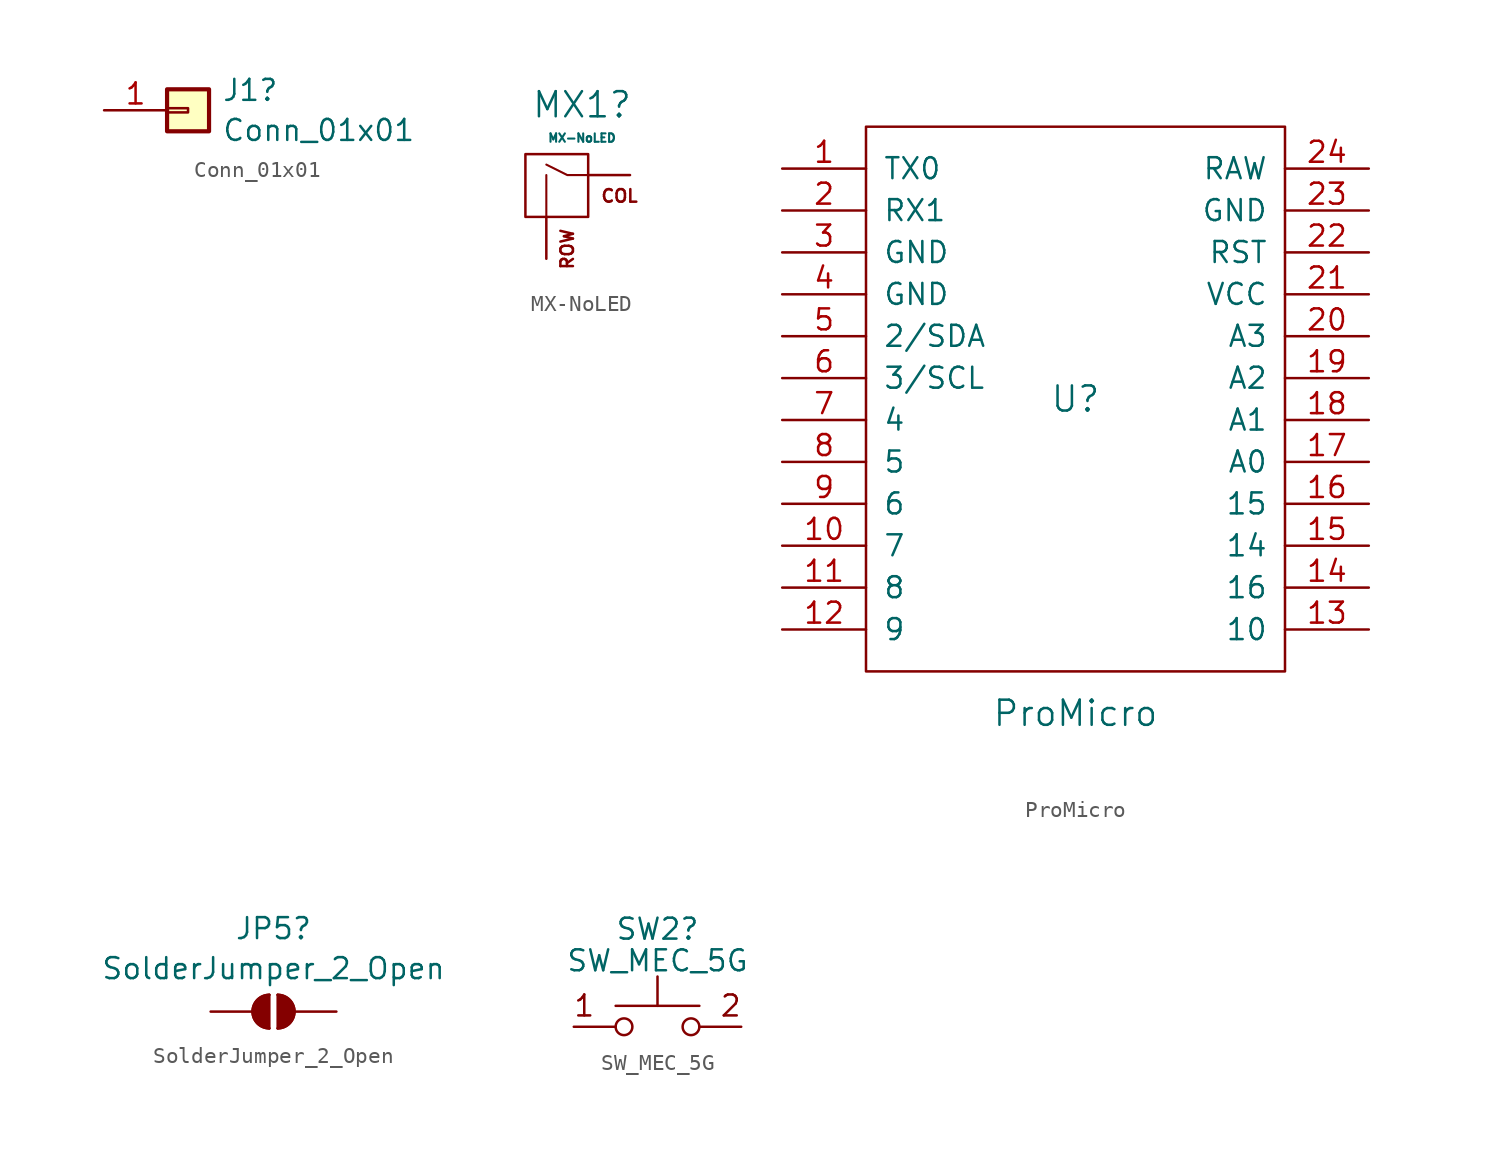
<source format=kicad_sym>
(kicad_symbol_lib
  (version 20241209)
  (generator "kicad_symbol_editor")
  (generator_version "9.0")
  (symbol "Conn_01x01"
    (pin_names
      (offset 1.016)
      (hide yes))
    (property "Reference" "J1"
      (at 2.032 1.212 0)
      (effects (font (size 1.27 1.27)) (justify left)))
    (property "Value" "Conn_01x01"
      (at 2.032 -1.212 0)
      (effects (font (size 1.27 1.27)) (justify left)))
    (symbol "Conn_01x01_1_1"
      (rectangle (start -1.27 1.27) (end 1.27 -1.27) (stroke (width 0.254) (type default)) (fill (type background)))
      (rectangle (start -1.27 0.127) (end 0 -0.127) (stroke (width 0.152) (type default)) (fill (type none)))
      (pin passive line (at -5.08 0 0) (length 3.81) (name "Pin_1" (effects (font (size 1.27 1.27)))) (number "1" (effects (font (size 1.27 1.27)))))))
  (symbol "MX-NoLED"
    (pin_names
      (offset 1.016))
    (property "Reference" "MX1"
      (at 0.895 5.536 0)
      (effects (font (size 1.524 1.524))))
    (property "Value" "MX-NoLED"
      (at 0.895 3.52 0)
      (effects (font (size 0.508 0.508))))
    (symbol "MX-NoLED_0_0"
      (rectangle (start -2.54 2.54) (end 1.27 -1.27) (stroke (width 0) (type solid)) (fill (type none)))
      (polyline (pts (xy -1.27 -1.27) (xy -1.27 1.27)) (stroke (width 0.127) (type solid)) (fill (type none)))
      (polyline (pts (xy 1.27 1.27) (xy 0 1.27) (xy -1.27 1.905)) (stroke (width 0.127) (type solid)) (fill (type none)))
      (text "ROW" (at 0 -1.905 900) (effects (font (size 0.762 0.762)) (justify right)))
      (text "COL" (at 3.175 0 0) (effects (font (size 0.762 0.762)))))
    (symbol "MX-NoLED_1_1"
      (pin passive line (at -1.27 -3.81 90) (length 2.54) (name "ROW" (effects (font (size 0 0)))) (number "2" (effects (font (size 0 0)))))
      (pin passive line (at 3.81 1.27 180) (length 2.54) (name "COL" (effects (font (size 0 0)))) (number "1" (effects (font (size 0 0)))))))
  (symbol "ProMicro"
    (pin_names
      (offset 1.016))
    (property "Reference" "U"
      (at 0 0 0)
      (effects (font (size 1.524 1.524))))
    (property "Value" "ProMicro"
      (at 0 -19.05 0)
      (effects (font (size 1.524 1.524))))
    (symbol "ProMicro_0_1"
      (rectangle (start -12.7 -16.51) (end 12.7 16.51) (stroke (width 0) (type solid)) (fill (type none))))
    (symbol "ProMicro_1_1"
      (pin input line (at -17.78 13.97 0) (length 5.08) (name "TX0" (effects (font (size 1.27 1.27)))) (number "1" (effects (font (size 1.27 1.27)))))
      (pin input line (at -17.78 11.43 0) (length 5.08) (name "RX1" (effects (font (size 1.27 1.27)))) (number "2" (effects (font (size 1.27 1.27)))))
      (pin input line (at -17.78 8.89 0) (length 5.08) (name "GND" (effects (font (size 1.27 1.27)))) (number "3" (effects (font (size 1.27 1.27)))))
      (pin input line (at -17.78 6.35 0) (length 5.08) (name "GND" (effects (font (size 1.27 1.27)))) (number "4" (effects (font (size 1.27 1.27)))))
      (pin input line (at -17.78 3.81 0) (length 5.08) (name "2/SDA" (effects (font (size 1.27 1.27)))) (number "5" (effects (font (size 1.27 1.27)))))
      (pin input line (at -17.78 1.27 0) (length 5.08) (name "3/SCL" (effects (font (size 1.27 1.27)))) (number "6" (effects (font (size 1.27 1.27)))))
      (pin input line (at -17.78 -1.27 0) (length 5.08) (name "4" (effects (font (size 1.27 1.27)))) (number "7" (effects (font (size 1.27 1.27)))))
      (pin input line (at -17.78 -3.81 0) (length 5.08) (name "5" (effects (font (size 1.27 1.27)))) (number "8" (effects (font (size 1.27 1.27)))))
      (pin input line (at -17.78 -6.35 0) (length 5.08) (name "6" (effects (font (size 1.27 1.27)))) (number "9" (effects (font (size 1.27 1.27)))))
      (pin input line (at -17.78 -8.89 0) (length 5.08) (name "7" (effects (font (size 1.27 1.27)))) (number "10" (effects (font (size 1.27 1.27)))))
      (pin input line (at -17.78 -11.43 0) (length 5.08) (name "8" (effects (font (size 1.27 1.27)))) (number "11" (effects (font (size 1.27 1.27)))))
      (pin input line (at -17.78 -13.97 0) (length 5.08) (name "9" (effects (font (size 1.27 1.27)))) (number "12" (effects (font (size 1.27 1.27)))))
      (pin input line (at 17.78 13.97 180) (length 5.08) (name "RAW" (effects (font (size 1.27 1.27)))) (number "24" (effects (font (size 1.27 1.27)))))
      (pin input line (at 17.78 11.43 180) (length 5.08) (name "GND" (effects (font (size 1.27 1.27)))) (number "23" (effects (font (size 1.27 1.27)))))
      (pin input line (at 17.78 8.89 180) (length 5.08) (name "RST" (effects (font (size 1.27 1.27)))) (number "22" (effects (font (size 1.27 1.27)))))
      (pin input line (at 17.78 6.35 180) (length 5.08) (name "VCC" (effects (font (size 1.27 1.27)))) (number "21" (effects (font (size 1.27 1.27)))))
      (pin input line (at 17.78 3.81 180) (length 5.08) (name "A3" (effects (font (size 1.27 1.27)))) (number "20" (effects (font (size 1.27 1.27)))))
      (pin input line (at 17.78 1.27 180) (length 5.08) (name "A2" (effects (font (size 1.27 1.27)))) (number "19" (effects (font (size 1.27 1.27)))))
      (pin input line (at 17.78 -1.27 180) (length 5.08) (name "A1" (effects (font (size 1.27 1.27)))) (number "18" (effects (font (size 1.27 1.27)))))
      (pin input line (at 17.78 -3.81 180) (length 5.08) (name "A0" (effects (font (size 1.27 1.27)))) (number "17" (effects (font (size 1.27 1.27)))))
      (pin input line (at 17.78 -6.35 180) (length 5.08) (name "15" (effects (font (size 1.27 1.27)))) (number "16" (effects (font (size 1.27 1.27)))))
      (pin input line (at 17.78 -8.89 180) (length 5.08) (name "14" (effects (font (size 1.27 1.27)))) (number "15" (effects (font (size 1.27 1.27)))))
      (pin input line (at 17.78 -11.43 180) (length 5.08) (name "16" (effects (font (size 1.27 1.27)))) (number "14" (effects (font (size 1.27 1.27)))))
      (pin input line (at 17.78 -13.97 180) (length 5.08) (name "10" (effects (font (size 1.27 1.27)))) (number "13" (effects (font (size 1.27 1.27)))))))
  (symbol "SolderJumper_2_Open"
    (pin_numbers
      (hide yes))
    (pin_names
      (offset 0)
      (hide yes))
    (property "Reference" "JP5"
      (at 0 5.034 0)
      (effects (font (size 1.27 1.27))))
    (property "Value" "SolderJumper_2_Open"
      (at 0 2.609 0)
      (effects (font (size 1.27 1.27))))
    (symbol "SolderJumper_2_Open_0_1"
      (polyline (pts (xy -0.254 1.016) (xy -0.254 -1.016)) (stroke (width 0) (type default)) (fill (type none)))
      (arc (start -0.254 -1.016) (mid -1.2656 0) (end -0.254 1.016) (stroke (width 0) (type default)) (fill (type none)))
      (arc (start -0.254 -1.016) (mid -1.2656 0) (end -0.254 1.016) (stroke (width 0) (type default)) (fill (type outline)))
      (arc (start 0.254 1.016) (mid 1.2656 0) (end 0.254 -1.016) (stroke (width 0) (type default)) (fill (type none)))
      (arc (start 0.254 1.016) (mid 1.2656 0) (end 0.254 -1.016) (stroke (width 0) (type default)) (fill (type outline)))
      (polyline (pts (xy 0.254 1.016) (xy 0.254 -1.016)) (stroke (width 0) (type default)) (fill (type none))))
    (symbol "SolderJumper_2_Open_1_1"
      (pin passive line (at -3.81 0 0) (length 2.54) (name "A" (effects (font (size 1.27 1.27)))) (number "1" (effects (font (size 1.27 1.27)))))
      (pin passive line (at 3.81 0 180) (length 2.54) (name "B" (effects (font (size 1.27 1.27)))) (number "2" (effects (font (size 1.27 1.27)))))))
  (symbol "SW_MEC_5G"
    (pin_numbers
      (hide yes))
    (pin_names
      (offset 1.016)
      (hide yes))
    (property "Reference" "SW2"
      (at 0 5.931 0)
      (effects (font (size 1.27 1.27))))
    (property "Value" "SW_MEC_5G"
      (at 0 4.01 0)
      (effects (font (size 1.27 1.27))))
    (symbol "SW_MEC_5G_0_1"
      (circle (center -2.032 0) (radius 0.508) (stroke (width 0) (type solid)) (fill (type none)))
      (polyline (pts (xy 0 1.27) (xy 0 3.048)) (stroke (width 0) (type solid)) (fill (type none)))
      (circle (center 2.032 0) (radius 0.508) (stroke (width 0) (type solid)) (fill (type none)))
      (polyline (pts (xy 2.54 1.27) (xy -2.54 1.27)) (stroke (width 0) (type solid)) (fill (type none))))
    (symbol "SW_MEC_5G_1_1"
      (text "1" (at -4.445 1.27 0) (effects (font (size 1.27 1.27))))
      (text "2" (at 4.445 1.27 0) (effects (font (size 1.27 1.27))))
      (pin passive line (at -5.08 0 0) (length 2.54) (name "1" (effects (font (size 1.27 1.27)))) (number "1" (effects (font (size 1.27 1.27)))))
      (pin passive line (at 5.08 0 180) (length 2.54) (name "2" (effects (font (size 1.27 1.27)))) (number "2" (effects (font (size 1.27 1.27))))))))
</source>
